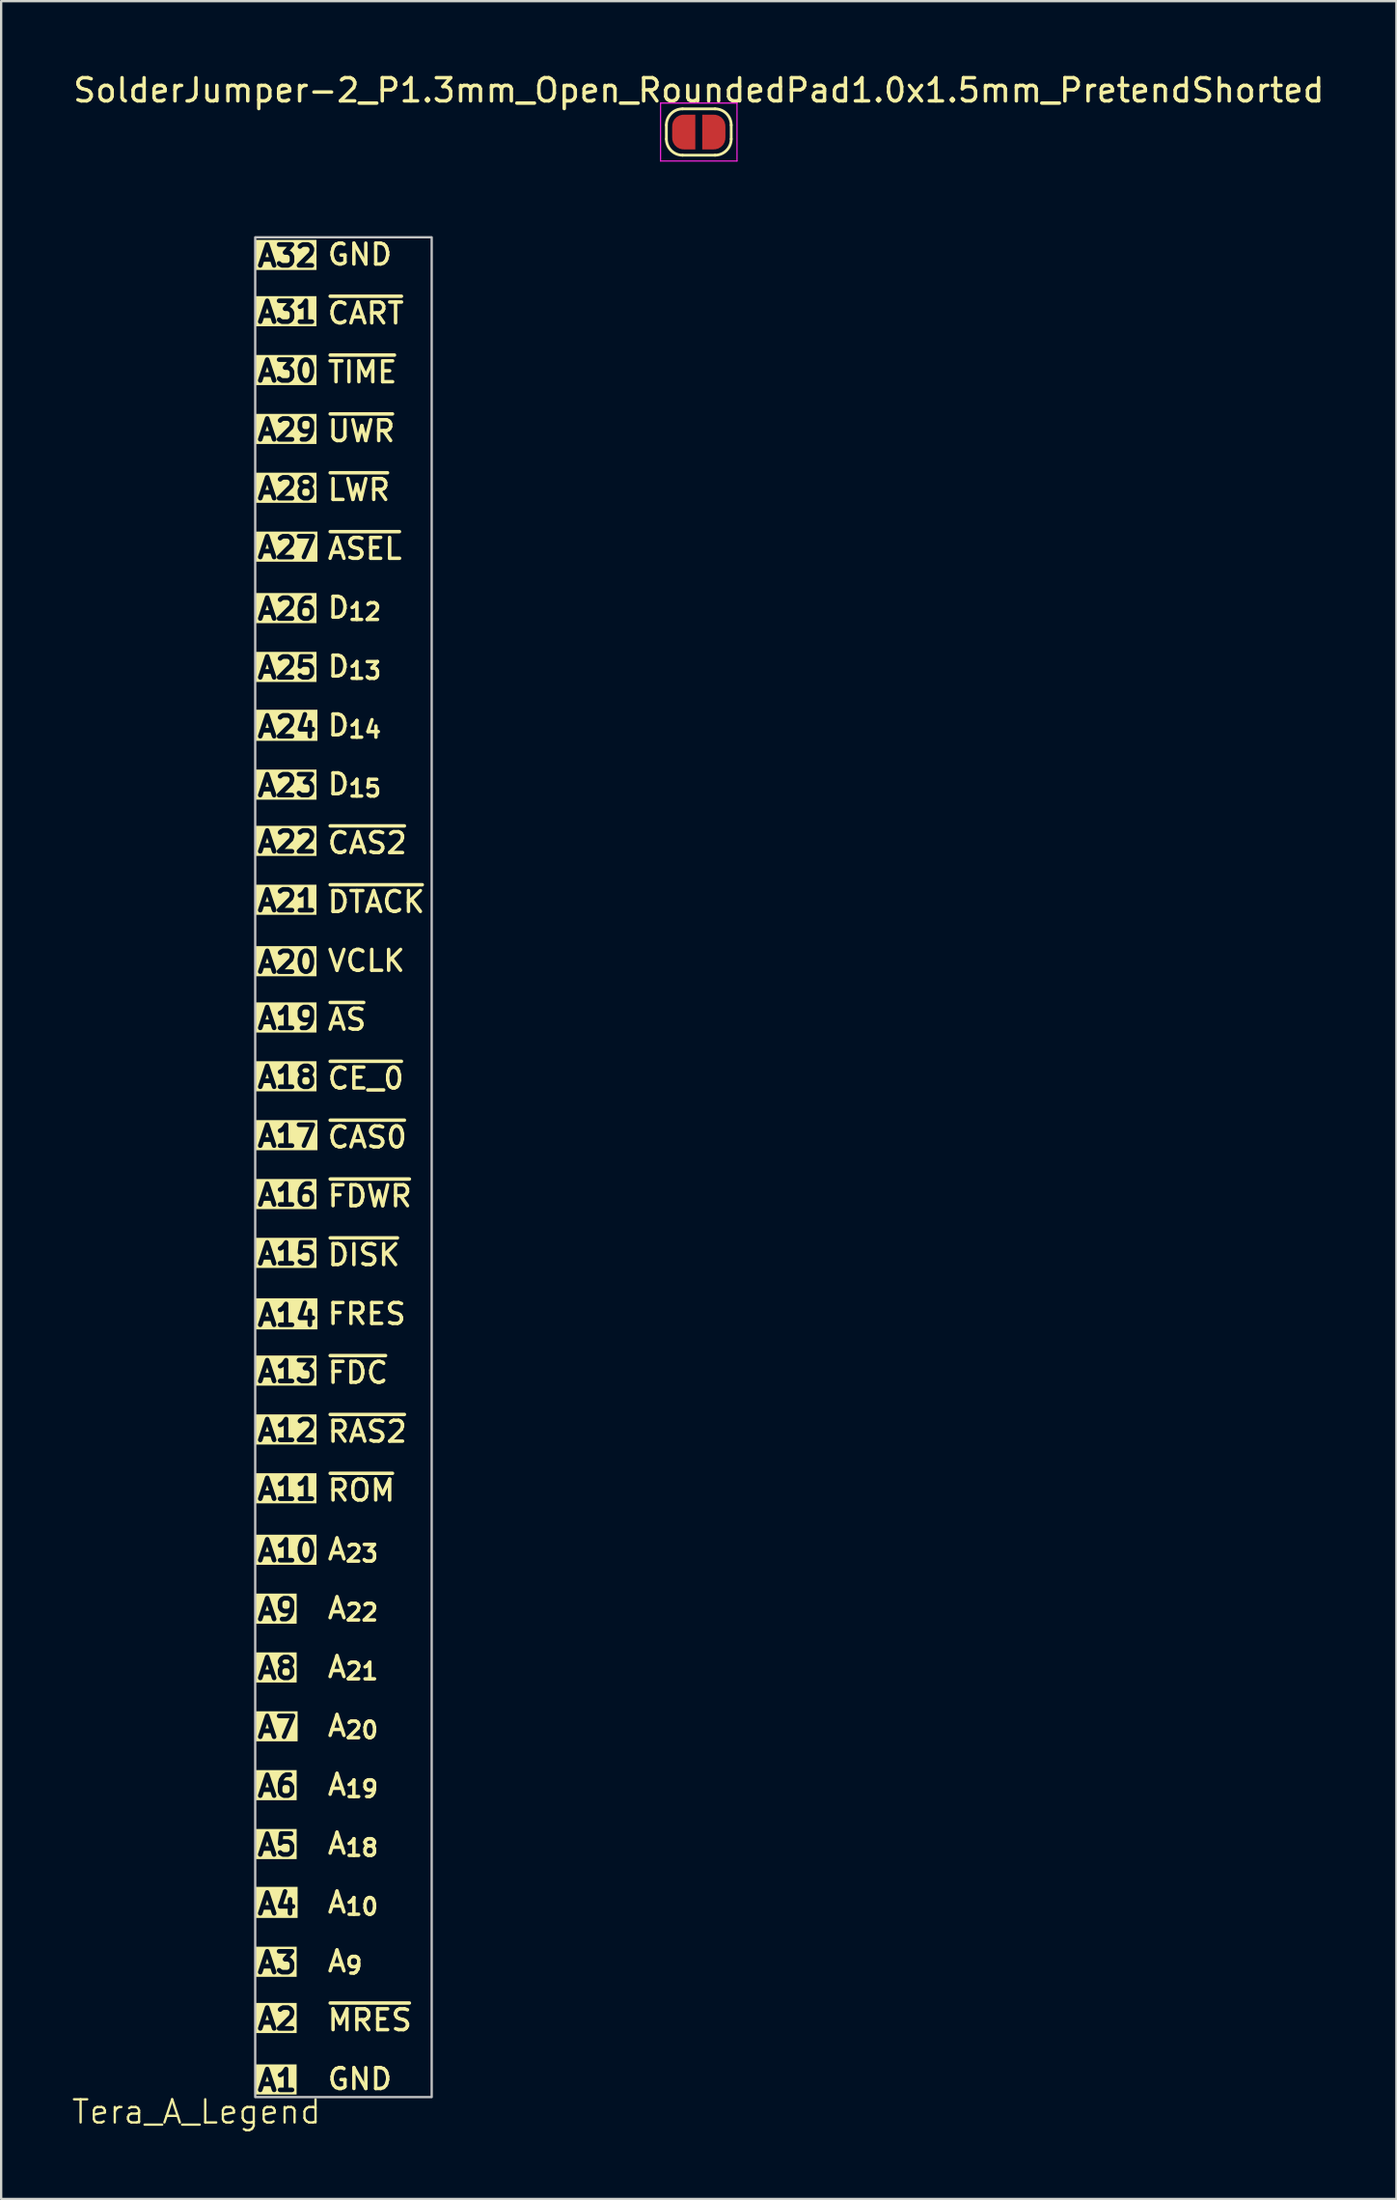
<source format=kicad_pcb>
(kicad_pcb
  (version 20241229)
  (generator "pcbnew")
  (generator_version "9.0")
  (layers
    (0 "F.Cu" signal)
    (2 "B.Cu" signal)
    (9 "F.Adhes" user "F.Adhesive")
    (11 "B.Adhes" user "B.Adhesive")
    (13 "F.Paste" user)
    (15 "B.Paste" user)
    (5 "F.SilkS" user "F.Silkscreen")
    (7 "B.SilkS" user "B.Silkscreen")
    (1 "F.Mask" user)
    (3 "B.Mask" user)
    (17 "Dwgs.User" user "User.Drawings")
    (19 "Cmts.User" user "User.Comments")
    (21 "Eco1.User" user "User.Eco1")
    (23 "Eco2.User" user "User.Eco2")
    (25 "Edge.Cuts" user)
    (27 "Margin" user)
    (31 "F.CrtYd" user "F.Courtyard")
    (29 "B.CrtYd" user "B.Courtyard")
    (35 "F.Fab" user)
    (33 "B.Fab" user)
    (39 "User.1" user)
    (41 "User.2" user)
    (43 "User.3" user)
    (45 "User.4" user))
  (footprint "Tera_A_Legend"
    (layer "F.Cu")
    (at 7.971 87.455)
    (property "Reference" "Tera_A_Legend" (at -2.54 0.635 0) (unlocked yes) (layer "F.SilkS") (effects (font (size 1 1) (thickness 0.1))))
    (fp_rect (start 0 0) (end 7.62 -80.264) (stroke (width 0.1) (type default)) (fill no) (layer "Dwgs.User"))
    (fp_text user "A12" (at 0 -28.244 0) (unlocked yes) (layer "F.SilkS" knockout) (effects (font (size 0.9 0.9) (thickness 0.2) (bold yes)) (justify left bottom)))
    (fp_text user "A26" (at 0 -63.692 0) (unlocked yes) (layer "F.SilkS" knockout) (effects (font (size 0.9 0.9) (thickness 0.2) (bold yes)) (justify left bottom)))
    (fp_text user "A_{21}" (at 3.048 -18.034 0) (unlocked yes) (layer "F.SilkS") (effects (font (size 0.9 0.9) (thickness 0.15)) (justify left bottom)))
    (fp_text user "~{TIME}" (at 3.048 -73.914 0) (unlocked yes) (layer "F.SilkS") (effects (font (size 0.9 0.9) (thickness 0.15)) (justify left bottom)))
    (fp_text user "D_{13}" (at 3.048 -61.214 0) (unlocked yes) (layer "F.SilkS") (effects (font (size 0.9 0.9) (thickness 0.15)) (justify left bottom)))
    (fp_text user "~{FDWR}" (at 3.048 -38.354 0) (unlocked yes) (layer "F.SilkS") (effects (font (size 0.9 0.9) (thickness 0.15)) (justify left bottom)))
    (fp_text user "~{UWR}" (at 3.048 -71.374 0) (unlocked yes) (layer "F.SilkS") (effects (font (size 0.9 0.9) (thickness 0.15)) (justify left bottom)))
    (fp_text user "~{CART}" (at 3.048 -76.454 0) (unlocked yes) (layer "F.SilkS") (effects (font (size 0.9 0.9) (thickness 0.15)) (justify left bottom)))
    (fp_text user "A25" (at 0 -61.152 0) (unlocked yes) (layer "F.SilkS" knockout) (effects (font (size 0.9 0.9) (thickness 0.2) (bold yes)) (justify left bottom)))
    (fp_text user "A21" (at 0 -51.104 0) (unlocked yes) (layer "F.SilkS" knockout) (effects (font (size 0.9 0.9) (thickness 0.2) (bold yes)) (justify left bottom)))
    (fp_text user "~{RAS2}" (at 3.048 -28.194 0) (unlocked yes) (layer "F.SilkS") (effects (font (size 0.9 0.9) (thickness 0.15)) (justify left bottom)))
    (fp_text user "A_{19}" (at 3.048 -12.954 0) (unlocked yes) (layer "F.SilkS") (effects (font (size 0.9 0.9) (thickness 0.15)) (justify left bottom)))
    (fp_text user "A4" (at 0 -7.812 0) (unlocked yes) (layer "F.SilkS" knockout) (effects (font (size 0.9 0.9) (thickness 0.2) (bold yes)) (justify left bottom)))
    (fp_text user "A20" (at 0 -48.452 0) (unlocked yes) (layer "F.SilkS" knockout) (effects (font (size 0.9 0.9) (thickness 0.2) (bold yes)) (justify left bottom)))
    (fp_text user "A27" (at 0 -66.344 0) (unlocked yes) (layer "F.SilkS" knockout) (effects (font (size 0.9 0.9) (thickness 0.2) (bold yes)) (justify left bottom)))
    (fp_text user "A_{9}" (at 3.048 -5.334 0) (unlocked yes) (layer "F.SilkS") (effects (font (size 0.9 0.9) (thickness 0.15)) (justify left bottom)))
    (fp_text user "A_{22}" (at 3.048 -20.574 0) (unlocked yes) (layer "F.SilkS") (effects (font (size 0.9 0.9) (thickness 0.15)) (justify left bottom)))
    (fp_text user "A22" (at 0 -53.644 0) (unlocked yes) (layer "F.SilkS" knockout) (effects (font (size 0.9 0.9) (thickness 0.2) (bold yes)) (justify left bottom)))
    (fp_text user "GND" (at 3.048 -78.994 0) (unlocked yes) (layer "F.SilkS") (effects (font (size 0.9 0.9) (thickness 0.15)) (justify left bottom)))
    (fp_text user "A28" (at 0 -68.884 0) (unlocked yes) (layer "F.SilkS" knockout) (effects (font (size 0.9 0.9) (thickness 0.2) (bold yes)) (justify left bottom)))
    (fp_text user "~{DISK}" (at 3.048 -35.814 0) (unlocked yes) (layer "F.SilkS") (effects (font (size 0.9 0.9) (thickness 0.15)) (justify left bottom)))
    (fp_text user "A1" (at 0 -0.192 0) (unlocked yes) (layer "F.SilkS" knockout) (effects (font (size 0.9 0.9) (thickness 0.2) (bold yes)) (justify left bottom)))
    (fp_text user "A32" (at 0 -78.932 0) (unlocked yes) (layer "F.SilkS" knockout) (effects (font (size 0.9 0.9) (thickness 0.2) (bold yes)) (justify left bottom)))
    (fp_text user "A15" (at 0 -35.864 0) (unlocked yes) (layer "F.SilkS" knockout) (effects (font (size 0.9 0.9) (thickness 0.2) (bold yes)) (justify left bottom)))
    (fp_text user "FRES" (at 3.048 -33.274 0) (unlocked yes) (layer "F.SilkS") (effects (font (size 0.9 0.9) (thickness 0.15)) (justify left bottom)))
    (fp_text user "A3" (at 0 -5.272 0) (unlocked yes) (layer "F.SilkS" knockout) (effects (font (size 0.9 0.9) (thickness 0.2) (bold yes)) (justify left bottom)))
    (fp_text user "~{MRES}" (at 3.048 -2.794 0) (unlocked yes) (layer "F.SilkS") (effects (font (size 0.9 0.9) (thickness 0.15)) (justify left bottom)))
    (fp_text user "A23" (at 0 -56.072 0) (unlocked yes) (layer "F.SilkS" knockout) (effects (font (size 0.9 0.9) (thickness 0.2) (bold yes)) (justify left bottom)))
    (fp_text user "A_{18}" (at 3.048 -10.414 0) (unlocked yes) (layer "F.SilkS") (effects (font (size 0.9 0.9) (thickness 0.15)) (justify left bottom)))
    (fp_text user "~{FDC}" (at 3.048 -30.734 0) (unlocked yes) (layer "F.SilkS") (effects (font (size 0.9 0.9) (thickness 0.15)) (justify left bottom)))
    (fp_text user "A18" (at 0 -43.484 0) (unlocked yes) (layer "F.SilkS" knockout) (effects (font (size 0.9 0.9) (thickness 0.2) (bold yes)) (justify left bottom)))
    (fp_text user "A29" (at 0 -71.424 0) (unlocked yes) (layer "F.SilkS" knockout) (effects (font (size 0.9 0.9) (thickness 0.2) (bold yes)) (justify left bottom)))
    (fp_text user "A6" (at 0 -12.892 0) (unlocked yes) (layer "F.SilkS" knockout) (effects (font (size 0.9 0.9) (thickness 0.2) (bold yes)) (justify left bottom)))
    (fp_text user "D_{14}" (at 3.048 -58.674 0) (unlocked yes) (layer "F.SilkS") (effects (font (size 0.9 0.9) (thickness 0.15)) (justify left bottom)))
    (fp_text user "~{CE_0}" (at 3.048 -43.434 0) (unlocked yes) (layer "F.SilkS") (effects (font (size 0.9 0.9) (thickness 0.15)) (justify left bottom)))
    (fp_text user "A11" (at 0 -25.704 0) (unlocked yes) (layer "F.SilkS" knockout) (effects (font (size 0.9 0.9) (thickness 0.2) (bold yes)) (justify left bottom)))
    (fp_text user "A17" (at 0 -40.944 0) (unlocked yes) (layer "F.SilkS" knockout) (effects (font (size 0.9 0.9) (thickness 0.2) (bold yes)) (justify left bottom)))
    (fp_text user "~{CAS2}" (at 3.048 -53.594 0) (unlocked yes) (layer "F.SilkS") (effects (font (size 0.9 0.9) (thickness 0.15)) (justify left bottom)))
    (fp_text user "VCLK" (at 3.048 -48.514 0) (unlocked yes) (layer "F.SilkS") (effects (font (size 0.9 0.9) (thickness 0.15)) (justify left bottom)))
    (fp_text user "~{AS}" (at 3.048 -45.974 0) (unlocked yes) (layer "F.SilkS") (effects (font (size 0.9 0.9) (thickness 0.15)) (justify left bottom)))
    (fp_text user "~{DTACK}" (at 3.048 -51.054 0) (unlocked yes) (layer "F.SilkS") (effects (font (size 0.9 0.9) (thickness 0.15)) (justify left bottom)))
    (fp_text user "~{CAS0}" (at 3.048 -40.894 0) (unlocked yes) (layer "F.SilkS") (effects (font (size 0.9 0.9) (thickness 0.15)) (justify left bottom)))
    (fp_text user "A9" (at 0 -20.512 0) (unlocked yes) (layer "F.SilkS" knockout) (effects (font (size 0.9 0.9) (thickness 0.2) (bold yes)) (justify left bottom)))
    (fp_text user "A10" (at 0 -23.052 0) (unlocked yes) (layer "F.SilkS" knockout) (effects (font (size 0.9 0.9) (thickness 0.2) (bold yes)) (justify left bottom)))
    (fp_text user "A24" (at 0 -58.612 0) (unlocked yes) (layer "F.SilkS" knockout) (effects (font (size 0.9 0.9) (thickness 0.2) (bold yes)) (justify left bottom)))
    (fp_text user "A8" (at 0 -17.972 0) (unlocked yes) (layer "F.SilkS" knockout) (effects (font (size 0.9 0.9) (thickness 0.2) (bold yes)) (justify left bottom)))
    (fp_text user "D_{15}" (at 3.048 -56.134 0) (unlocked yes) (layer "F.SilkS") (effects (font (size 0.9 0.9) (thickness 0.15)) (justify left bottom)))
    (fp_text user "A_{20}" (at 3.048 -15.494 0) (unlocked yes) (layer "F.SilkS") (effects (font (size 0.9 0.9) (thickness 0.15)) (justify left bottom)))
    (fp_text user "A14" (at 0 -33.212 0) (unlocked yes) (layer "F.SilkS" knockout) (effects (font (size 0.9 0.9) (thickness 0.2) (bold yes)) (justify left bottom)))
    (fp_text user "A7" (at 0 -15.432 0) (unlocked yes) (layer "F.SilkS" knockout) (effects (font (size 0.9 0.9) (thickness 0.2) (bold yes)) (justify left bottom)))
    (fp_text user "D_{12}" (at 3.048 -63.754 0) (unlocked yes) (layer "F.SilkS") (effects (font (size 0.9 0.9) (thickness 0.15)) (justify left bottom)))
    (fp_text user "A13" (at 0 -30.784 0) (unlocked yes) (layer "F.SilkS" knockout) (effects (font (size 0.9 0.9) (thickness 0.2) (bold yes)) (justify left bottom)))
    (fp_text user "~{ROM}" (at 3.048 -25.654 0) (unlocked yes) (layer "F.SilkS") (effects (font (size 0.9 0.9) (thickness 0.15)) (justify left bottom)))
    (fp_text user "A30" (at 0 -73.964 0) (unlocked yes) (layer "F.SilkS" knockout) (effects (font (size 0.9 0.9) (thickness 0.2) (bold yes)) (justify left bottom)))
    (fp_text user "GND" (at 3.048 -0.254 0) (unlocked yes) (layer "F.SilkS") (effects (font (size 0.9 0.9) (thickness 0.15)) (justify left bottom)))
    (fp_text user "A19" (at 0 -46.024 0) (unlocked yes) (layer "F.SilkS" knockout) (effects (font (size 0.9 0.9) (thickness 0.2) (bold yes)) (justify left bottom)))
    (fp_text user "A31" (at 0 -76.504 0) (unlocked yes) (layer "F.SilkS" knockout) (effects (font (size 0.9 0.9) (thickness 0.2) (bold yes)) (justify left bottom)))
    (fp_text user "A_{10}" (at 3.048 -7.874 0) (unlocked yes) (layer "F.SilkS") (effects (font (size 0.9 0.9) (thickness 0.15)) (justify left bottom)))
    (fp_text user "~{LWR}" (at 3.048 -68.834 0) (unlocked yes) (layer "F.SilkS") (effects (font (size 0.9 0.9) (thickness 0.15)) (justify left bottom)))
    (fp_text user "A_{23}" (at 3.048 -23.114 0) (unlocked yes) (layer "F.SilkS") (effects (font (size 0.9 0.9) (thickness 0.15)) (justify left bottom)))
    (fp_text user "A16" (at 0 -38.404 0) (unlocked yes) (layer "F.SilkS" knockout) (effects (font (size 0.9 0.9) (thickness 0.2) (bold yes)) (justify left bottom)))
    (fp_text user "~{ASEL}" (at 3.048 -66.294 0) (unlocked yes) (layer "F.SilkS") (effects (font (size 0.9 0.9) (thickness 0.15)) (justify left bottom)))
    (fp_text user "A5" (at 0 -10.352 0) (unlocked yes) (layer "F.SilkS" knockout) (effects (font (size 0.9 0.9) (thickness 0.2) (bold yes)) (justify left bottom)))
    (fp_text user "A2" (at 0 -2.844 0) (unlocked yes) (layer "F.SilkS" knockout) (effects (font (size 0.9 0.9) (thickness 0.2) (bold yes)) (justify left bottom))))
  (footprint "SolderJumper-2_P1.3mm_Open_RoundedPad1.0x1.5mm_PretendShorted"
    (layer "F.Cu")
    (at 27.125 2.648)
    (property "Reference" "SolderJumper-2_P1.3mm_Open_RoundedPad1.0x1.5mm_PretendShorted" (at 0 -1.8 0) (layer "F.SilkS") (effects (font (size 1 1) (thickness 0.15))))
    (attr smd exclude_from_pos_files exclude_from_bom)
    (fp_line (start -1.4 0.3) (end -1.4 -0.3) (stroke (width 0.12) (type solid)) (layer "F.SilkS"))
    (fp_line (start -0.7 -1) (end 0.7 -1) (stroke (width 0.12) (type solid)) (layer "F.SilkS"))
    (fp_line (start 0.7 1) (end -0.7 1) (stroke (width 0.12) (type solid)) (layer "F.SilkS"))
    (fp_line (start 1.4 -0.3) (end 1.4 0.3) (stroke (width 0.12) (type solid)) (layer "F.SilkS"))
    (fp_arc (start -1.4 -0.3) (mid -1.194975 -0.794975) (end -0.7 -1) (stroke (width 0.12) (type solid)) (layer "F.SilkS"))
    (fp_arc (start -0.7 1) (mid -1.194975 0.794975) (end -1.4 0.3) (stroke (width 0.12) (type solid)) (layer "F.SilkS"))
    (fp_arc (start 0.7 -1) (mid 1.194975 -0.794975) (end 1.4 -0.3) (stroke (width 0.12) (type solid)) (layer "F.SilkS"))
    (fp_arc (start 1.4 0.3) (mid 1.194975 0.794975) (end 0.7 1) (stroke (width 0.12) (type solid)) (layer "F.SilkS"))
    (fp_line (start -1.65 -1.25) (end -1.65 1.25) (stroke (width 0.05) (type solid)) (layer "F.CrtYd"))
    (fp_line (start -1.65 -1.25) (end 1.65 -1.25) (stroke (width 0.05) (type solid)) (layer "F.CrtYd"))
    (fp_line (start 1.65 1.25) (end -1.65 1.25) (stroke (width 0.05) (type solid)) (layer "F.CrtYd"))
    (fp_line (start 1.65 1.25) (end 1.65 -1.25) (stroke (width 0.05) (type solid)) (layer "F.CrtYd"))
    (pad "1" smd custom (at -0.65 0) (size 1 0.5) (layers "F.Cu" "F.Mask") (options (anchor rect)) (primitives (gr_circle (center 0 0.25) (end 0.5 0.25) (width 0) (fill yes)) (gr_circle (center 0 -0.25) (end 0.5 -0.25) (width 0) (fill yes)) (gr_poly (pts (xy 0.5 0.75) (xy 0 0.75) (xy 0 -0.75) (xy 0.5 -0.75)) (width 0) (fill yes))))
    (pad "1" smd custom (at 0.65 0) (size 1 0.5) (layers "F.Cu" "F.Mask") (options (anchor rect)) (primitives (gr_circle (center 0 0.25) (end 0.5 0.25) (width 0) (fill yes)) (gr_circle (center 0 -0.25) (end 0.5 -0.25) (width 0) (fill yes)) (gr_poly (pts (xy 0 0.75) (xy -0.5 0.75) (xy -0.5 -0.75) (xy 0 -0.75)) (width 0) (fill yes)))))
  (gr_rect
    (start -3 -3)
    (end 57.25 91.85)
    (stroke (width 0.1) (type default))
    (fill no)
    (layer "Edge.Cuts")))
</source>
